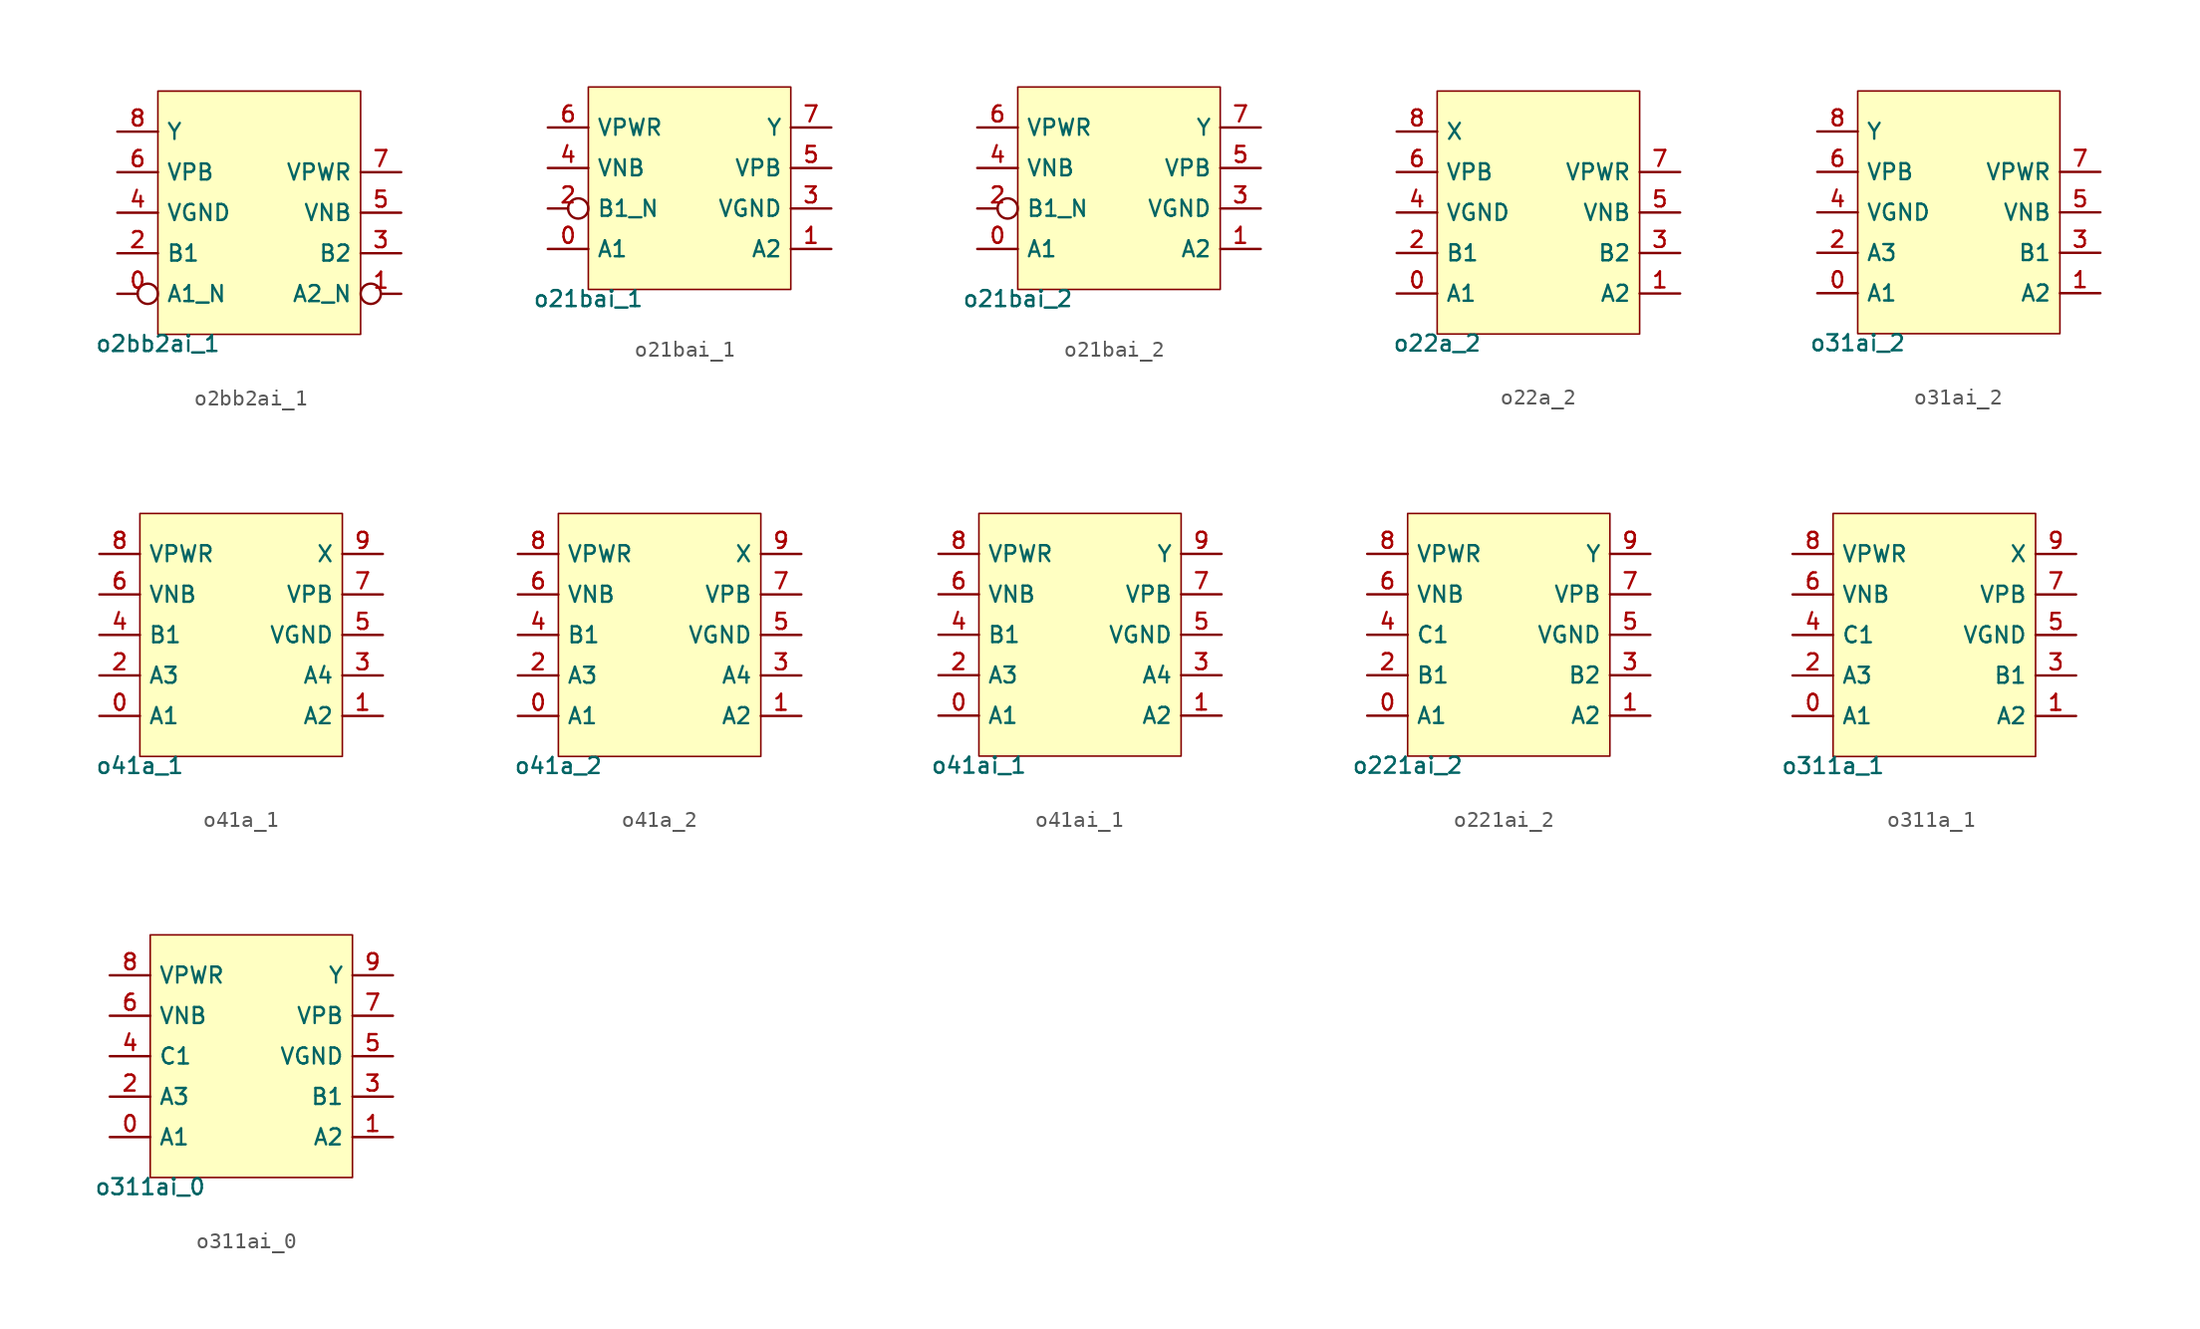
<source format=kicad_sym>
(kicad_symbol_lib
  (version 20211014)
  (generator pdk2kicad)
  (symbol "o2bb2ai_1"
    (property "Reference" "X"
      (at 0 0 0)
      (effects (font (size 1 1)) hide))
    (property "Value" "o2bb2ai_1"
      (at -6.35 -7.62 0)
      (effects (font (size 1 1)) (justify top)))
    (rectangle
      (start -6.35 -7.62)
      (end 6.35 7.62)
      (stroke (width 0.1) (type solid) (color 0 0 0 0))
      (fill (type background)))
    (pin bidirectional inverted
      (at -8.89 -5.08 0)
      (length 2.54)
      (name "A1_N" (effects (font (size 1 1)) hide))
      (number "0" (effects (font (size 1 1)) hide)))
    (pin bidirectional inverted
      (at 8.89 -5.08 180)
      (length 2.54)
      (name "A2_N" (effects (font (size 1 1)) hide))
      (number "1" (effects (font (size 1 1)) hide)))
    (pin bidirectional line
      (at -8.89 -2.54 0)
      (length 2.54)
      (name "B1" (effects (font (size 1 1)) hide))
      (number "2" (effects (font (size 1 1)) hide)))
    (pin bidirectional line
      (at 8.89 -2.54 180)
      (length 2.54)
      (name "B2" (effects (font (size 1 1)) hide))
      (number "3" (effects (font (size 1 1)) hide)))
    (pin bidirectional line
      (at -8.89 8.881784197001252e-16 0)
      (length 2.54)
      (name "VGND" (effects (font (size 1 1)) hide))
      (number "4" (effects (font (size 1 1)) hide)))
    (pin bidirectional line
      (at 8.89 8.881784197001252e-16 180)
      (length 2.54)
      (name "VNB" (effects (font (size 1 1)) hide))
      (number "5" (effects (font (size 1 1)) hide)))
    (pin bidirectional line
      (at -8.89 2.54 0)
      (length 2.54)
      (name "VPB" (effects (font (size 1 1)) hide))
      (number "6" (effects (font (size 1 1)) hide)))
    (pin bidirectional line
      (at 8.89 2.54 180)
      (length 2.54)
      (name "VPWR" (effects (font (size 1 1)) hide))
      (number "7" (effects (font (size 1 1)) hide)))
    (pin bidirectional line
      (at -8.89 5.08 0)
      (length 2.54)
      (name "Y" (effects (font (size 1 1)) hide))
      (number "8" (effects (font (size 1 1)) hide))))
  (symbol "o21bai_1"
    (property "Reference" "X"
      (at 0 0 0)
      (effects (font (size 1 1)) hide))
    (property "Value" "o21bai_1"
      (at -6.35 -6.35 0)
      (effects (font (size 1 1)) (justify top)))
    (rectangle
      (start -6.35 -6.35)
      (end 6.35 6.35)
      (stroke (width 0.1) (type solid) (color 0 0 0 0))
      (fill (type background)))
    (pin bidirectional line
      (at -8.89 -3.81 0)
      (length 2.54)
      (name "A1" (effects (font (size 1 1)) hide))
      (number "0" (effects (font (size 1 1)) hide)))
    (pin bidirectional line
      (at 8.89 -3.81 180)
      (length 2.54)
      (name "A2" (effects (font (size 1 1)) hide))
      (number "1" (effects (font (size 1 1)) hide)))
    (pin bidirectional inverted
      (at -8.89 -1.27 0)
      (length 2.54)
      (name "B1_N" (effects (font (size 1 1)) hide))
      (number "2" (effects (font (size 1 1)) hide)))
    (pin bidirectional line
      (at 8.89 -1.27 180)
      (length 2.54)
      (name "VGND" (effects (font (size 1 1)) hide))
      (number "3" (effects (font (size 1 1)) hide)))
    (pin bidirectional line
      (at -8.89 1.27 0)
      (length 2.54)
      (name "VNB" (effects (font (size 1 1)) hide))
      (number "4" (effects (font (size 1 1)) hide)))
    (pin bidirectional line
      (at 8.89 1.27 180)
      (length 2.54)
      (name "VPB" (effects (font (size 1 1)) hide))
      (number "5" (effects (font (size 1 1)) hide)))
    (pin bidirectional line
      (at -8.89 3.81 0)
      (length 2.54)
      (name "VPWR" (effects (font (size 1 1)) hide))
      (number "6" (effects (font (size 1 1)) hide)))
    (pin bidirectional line
      (at 8.89 3.81 180)
      (length 2.54)
      (name "Y" (effects (font (size 1 1)) hide))
      (number "7" (effects (font (size 1 1)) hide))))
  (symbol "o21bai_2"
    (property "Reference" "X"
      (at 0 0 0)
      (effects (font (size 1 1)) hide))
    (property "Value" "o21bai_2"
      (at -6.35 -6.35 0)
      (effects (font (size 1 1)) (justify top)))
    (rectangle
      (start -6.35 -6.35)
      (end 6.35 6.35)
      (stroke (width 0.1) (type solid) (color 0 0 0 0))
      (fill (type background)))
    (pin bidirectional line
      (at -8.89 -3.81 0)
      (length 2.54)
      (name "A1" (effects (font (size 1 1)) hide))
      (number "0" (effects (font (size 1 1)) hide)))
    (pin bidirectional line
      (at 8.89 -3.81 180)
      (length 2.54)
      (name "A2" (effects (font (size 1 1)) hide))
      (number "1" (effects (font (size 1 1)) hide)))
    (pin bidirectional inverted
      (at -8.89 -1.27 0)
      (length 2.54)
      (name "B1_N" (effects (font (size 1 1)) hide))
      (number "2" (effects (font (size 1 1)) hide)))
    (pin bidirectional line
      (at 8.89 -1.27 180)
      (length 2.54)
      (name "VGND" (effects (font (size 1 1)) hide))
      (number "3" (effects (font (size 1 1)) hide)))
    (pin bidirectional line
      (at -8.89 1.27 0)
      (length 2.54)
      (name "VNB" (effects (font (size 1 1)) hide))
      (number "4" (effects (font (size 1 1)) hide)))
    (pin bidirectional line
      (at 8.89 1.27 180)
      (length 2.54)
      (name "VPB" (effects (font (size 1 1)) hide))
      (number "5" (effects (font (size 1 1)) hide)))
    (pin bidirectional line
      (at -8.89 3.81 0)
      (length 2.54)
      (name "VPWR" (effects (font (size 1 1)) hide))
      (number "6" (effects (font (size 1 1)) hide)))
    (pin bidirectional line
      (at 8.89 3.81 180)
      (length 2.54)
      (name "Y" (effects (font (size 1 1)) hide))
      (number "7" (effects (font (size 1 1)) hide))))
  (symbol "o22a_2"
    (property "Reference" "X"
      (at 0 0 0)
      (effects (font (size 1 1)) hide))
    (property "Value" "o22a_2"
      (at -6.35 -7.62 0)
      (effects (font (size 1 1)) (justify top)))
    (rectangle
      (start -6.35 -7.62)
      (end 6.35 7.62)
      (stroke (width 0.1) (type solid) (color 0 0 0 0))
      (fill (type background)))
    (pin bidirectional line
      (at -8.89 -5.08 0)
      (length 2.54)
      (name "A1" (effects (font (size 1 1)) hide))
      (number "0" (effects (font (size 1 1)) hide)))
    (pin bidirectional line
      (at 8.89 -5.08 180)
      (length 2.54)
      (name "A2" (effects (font (size 1 1)) hide))
      (number "1" (effects (font (size 1 1)) hide)))
    (pin bidirectional line
      (at -8.89 -2.54 0)
      (length 2.54)
      (name "B1" (effects (font (size 1 1)) hide))
      (number "2" (effects (font (size 1 1)) hide)))
    (pin bidirectional line
      (at 8.89 -2.54 180)
      (length 2.54)
      (name "B2" (effects (font (size 1 1)) hide))
      (number "3" (effects (font (size 1 1)) hide)))
    (pin bidirectional line
      (at -8.89 8.881784197001252e-16 0)
      (length 2.54)
      (name "VGND" (effects (font (size 1 1)) hide))
      (number "4" (effects (font (size 1 1)) hide)))
    (pin bidirectional line
      (at 8.89 8.881784197001252e-16 180)
      (length 2.54)
      (name "VNB" (effects (font (size 1 1)) hide))
      (number "5" (effects (font (size 1 1)) hide)))
    (pin bidirectional line
      (at -8.89 2.54 0)
      (length 2.54)
      (name "VPB" (effects (font (size 1 1)) hide))
      (number "6" (effects (font (size 1 1)) hide)))
    (pin bidirectional line
      (at 8.89 2.54 180)
      (length 2.54)
      (name "VPWR" (effects (font (size 1 1)) hide))
      (number "7" (effects (font (size 1 1)) hide)))
    (pin bidirectional line
      (at -8.89 5.08 0)
      (length 2.54)
      (name "X" (effects (font (size 1 1)) hide))
      (number "8" (effects (font (size 1 1)) hide))))
  (symbol "o31ai_2"
    (property "Reference" "X"
      (at 0 0 0)
      (effects (font (size 1 1)) hide))
    (property "Value" "o31ai_2"
      (at -6.35 -7.62 0)
      (effects (font (size 1 1)) (justify top)))
    (rectangle
      (start -6.35 -7.62)
      (end 6.35 7.62)
      (stroke (width 0.1) (type solid) (color 0 0 0 0))
      (fill (type background)))
    (pin bidirectional line
      (at -8.89 -5.08 0)
      (length 2.54)
      (name "A1" (effects (font (size 1 1)) hide))
      (number "0" (effects (font (size 1 1)) hide)))
    (pin bidirectional line
      (at 8.89 -5.08 180)
      (length 2.54)
      (name "A2" (effects (font (size 1 1)) hide))
      (number "1" (effects (font (size 1 1)) hide)))
    (pin bidirectional line
      (at -8.89 -2.54 0)
      (length 2.54)
      (name "A3" (effects (font (size 1 1)) hide))
      (number "2" (effects (font (size 1 1)) hide)))
    (pin bidirectional line
      (at 8.89 -2.54 180)
      (length 2.54)
      (name "B1" (effects (font (size 1 1)) hide))
      (number "3" (effects (font (size 1 1)) hide)))
    (pin bidirectional line
      (at -8.89 8.881784197001252e-16 0)
      (length 2.54)
      (name "VGND" (effects (font (size 1 1)) hide))
      (number "4" (effects (font (size 1 1)) hide)))
    (pin bidirectional line
      (at 8.89 8.881784197001252e-16 180)
      (length 2.54)
      (name "VNB" (effects (font (size 1 1)) hide))
      (number "5" (effects (font (size 1 1)) hide)))
    (pin bidirectional line
      (at -8.89 2.54 0)
      (length 2.54)
      (name "VPB" (effects (font (size 1 1)) hide))
      (number "6" (effects (font (size 1 1)) hide)))
    (pin bidirectional line
      (at 8.89 2.54 180)
      (length 2.54)
      (name "VPWR" (effects (font (size 1 1)) hide))
      (number "7" (effects (font (size 1 1)) hide)))
    (pin bidirectional line
      (at -8.89 5.08 0)
      (length 2.54)
      (name "Y" (effects (font (size 1 1)) hide))
      (number "8" (effects (font (size 1 1)) hide))))
  (symbol "o41a_1"
    (property "Reference" "X"
      (at 0 0 0)
      (effects (font (size 1 1)) hide))
    (property "Value" "o41a_1"
      (at -6.35 -7.62 0)
      (effects (font (size 1 1)) (justify top)))
    (rectangle
      (start -6.35 -7.62)
      (end 6.35 7.62)
      (stroke (width 0.1) (type solid) (color 0 0 0 0))
      (fill (type background)))
    (pin bidirectional line
      (at -8.89 -5.08 0)
      (length 2.54)
      (name "A1" (effects (font (size 1 1)) hide))
      (number "0" (effects (font (size 1 1)) hide)))
    (pin bidirectional line
      (at 8.89 -5.08 180)
      (length 2.54)
      (name "A2" (effects (font (size 1 1)) hide))
      (number "1" (effects (font (size 1 1)) hide)))
    (pin bidirectional line
      (at -8.89 -2.54 0)
      (length 2.54)
      (name "A3" (effects (font (size 1 1)) hide))
      (number "2" (effects (font (size 1 1)) hide)))
    (pin bidirectional line
      (at 8.89 -2.54 180)
      (length 2.54)
      (name "A4" (effects (font (size 1 1)) hide))
      (number "3" (effects (font (size 1 1)) hide)))
    (pin bidirectional line
      (at -8.89 8.881784197001252e-16 0)
      (length 2.54)
      (name "B1" (effects (font (size 1 1)) hide))
      (number "4" (effects (font (size 1 1)) hide)))
    (pin bidirectional line
      (at 8.89 8.881784197001252e-16 180)
      (length 2.54)
      (name "VGND" (effects (font (size 1 1)) hide))
      (number "5" (effects (font (size 1 1)) hide)))
    (pin bidirectional line
      (at -8.89 2.54 0)
      (length 2.54)
      (name "VNB" (effects (font (size 1 1)) hide))
      (number "6" (effects (font (size 1 1)) hide)))
    (pin bidirectional line
      (at 8.89 2.54 180)
      (length 2.54)
      (name "VPB" (effects (font (size 1 1)) hide))
      (number "7" (effects (font (size 1 1)) hide)))
    (pin bidirectional line
      (at -8.89 5.08 0)
      (length 2.54)
      (name "VPWR" (effects (font (size 1 1)) hide))
      (number "8" (effects (font (size 1 1)) hide)))
    (pin bidirectional line
      (at 8.89 5.08 180)
      (length 2.54)
      (name "X" (effects (font (size 1 1)) hide))
      (number "9" (effects (font (size 1 1)) hide))))
  (symbol "o41a_2"
    (property "Reference" "X"
      (at 0 0 0)
      (effects (font (size 1 1)) hide))
    (property "Value" "o41a_2"
      (at -6.35 -7.62 0)
      (effects (font (size 1 1)) (justify top)))
    (rectangle
      (start -6.35 -7.62)
      (end 6.35 7.62)
      (stroke (width 0.1) (type solid) (color 0 0 0 0))
      (fill (type background)))
    (pin bidirectional line
      (at -8.89 -5.08 0)
      (length 2.54)
      (name "A1" (effects (font (size 1 1)) hide))
      (number "0" (effects (font (size 1 1)) hide)))
    (pin bidirectional line
      (at 8.89 -5.08 180)
      (length 2.54)
      (name "A2" (effects (font (size 1 1)) hide))
      (number "1" (effects (font (size 1 1)) hide)))
    (pin bidirectional line
      (at -8.89 -2.54 0)
      (length 2.54)
      (name "A3" (effects (font (size 1 1)) hide))
      (number "2" (effects (font (size 1 1)) hide)))
    (pin bidirectional line
      (at 8.89 -2.54 180)
      (length 2.54)
      (name "A4" (effects (font (size 1 1)) hide))
      (number "3" (effects (font (size 1 1)) hide)))
    (pin bidirectional line
      (at -8.89 8.881784197001252e-16 0)
      (length 2.54)
      (name "B1" (effects (font (size 1 1)) hide))
      (number "4" (effects (font (size 1 1)) hide)))
    (pin bidirectional line
      (at 8.89 8.881784197001252e-16 180)
      (length 2.54)
      (name "VGND" (effects (font (size 1 1)) hide))
      (number "5" (effects (font (size 1 1)) hide)))
    (pin bidirectional line
      (at -8.89 2.54 0)
      (length 2.54)
      (name "VNB" (effects (font (size 1 1)) hide))
      (number "6" (effects (font (size 1 1)) hide)))
    (pin bidirectional line
      (at 8.89 2.54 180)
      (length 2.54)
      (name "VPB" (effects (font (size 1 1)) hide))
      (number "7" (effects (font (size 1 1)) hide)))
    (pin bidirectional line
      (at -8.89 5.08 0)
      (length 2.54)
      (name "VPWR" (effects (font (size 1 1)) hide))
      (number "8" (effects (font (size 1 1)) hide)))
    (pin bidirectional line
      (at 8.89 5.08 180)
      (length 2.54)
      (name "X" (effects (font (size 1 1)) hide))
      (number "9" (effects (font (size 1 1)) hide))))
  (symbol "o41ai_1"
    (property "Reference" "X"
      (at 0 0 0)
      (effects (font (size 1 1)) hide))
    (property "Value" "o41ai_1"
      (at -6.35 -7.62 0)
      (effects (font (size 1 1)) (justify top)))
    (rectangle
      (start -6.35 -7.62)
      (end 6.35 7.62)
      (stroke (width 0.1) (type solid) (color 0 0 0 0))
      (fill (type background)))
    (pin bidirectional line
      (at -8.89 -5.08 0)
      (length 2.54)
      (name "A1" (effects (font (size 1 1)) hide))
      (number "0" (effects (font (size 1 1)) hide)))
    (pin bidirectional line
      (at 8.89 -5.08 180)
      (length 2.54)
      (name "A2" (effects (font (size 1 1)) hide))
      (number "1" (effects (font (size 1 1)) hide)))
    (pin bidirectional line
      (at -8.89 -2.54 0)
      (length 2.54)
      (name "A3" (effects (font (size 1 1)) hide))
      (number "2" (effects (font (size 1 1)) hide)))
    (pin bidirectional line
      (at 8.89 -2.54 180)
      (length 2.54)
      (name "A4" (effects (font (size 1 1)) hide))
      (number "3" (effects (font (size 1 1)) hide)))
    (pin bidirectional line
      (at -8.89 8.881784197001252e-16 0)
      (length 2.54)
      (name "B1" (effects (font (size 1 1)) hide))
      (number "4" (effects (font (size 1 1)) hide)))
    (pin bidirectional line
      (at 8.89 8.881784197001252e-16 180)
      (length 2.54)
      (name "VGND" (effects (font (size 1 1)) hide))
      (number "5" (effects (font (size 1 1)) hide)))
    (pin bidirectional line
      (at -8.89 2.54 0)
      (length 2.54)
      (name "VNB" (effects (font (size 1 1)) hide))
      (number "6" (effects (font (size 1 1)) hide)))
    (pin bidirectional line
      (at 8.89 2.54 180)
      (length 2.54)
      (name "VPB" (effects (font (size 1 1)) hide))
      (number "7" (effects (font (size 1 1)) hide)))
    (pin bidirectional line
      (at -8.89 5.08 0)
      (length 2.54)
      (name "VPWR" (effects (font (size 1 1)) hide))
      (number "8" (effects (font (size 1 1)) hide)))
    (pin bidirectional line
      (at 8.89 5.08 180)
      (length 2.54)
      (name "Y" (effects (font (size 1 1)) hide))
      (number "9" (effects (font (size 1 1)) hide))))
  (symbol "o221ai_2"
    (property "Reference" "X"
      (at 0 0 0)
      (effects (font (size 1 1)) hide))
    (property "Value" "o221ai_2"
      (at -6.35 -7.62 0)
      (effects (font (size 1 1)) (justify top)))
    (rectangle
      (start -6.35 -7.62)
      (end 6.35 7.62)
      (stroke (width 0.1) (type solid) (color 0 0 0 0))
      (fill (type background)))
    (pin bidirectional line
      (at -8.89 -5.08 0)
      (length 2.54)
      (name "A1" (effects (font (size 1 1)) hide))
      (number "0" (effects (font (size 1 1)) hide)))
    (pin bidirectional line
      (at 8.89 -5.08 180)
      (length 2.54)
      (name "A2" (effects (font (size 1 1)) hide))
      (number "1" (effects (font (size 1 1)) hide)))
    (pin bidirectional line
      (at -8.89 -2.54 0)
      (length 2.54)
      (name "B1" (effects (font (size 1 1)) hide))
      (number "2" (effects (font (size 1 1)) hide)))
    (pin bidirectional line
      (at 8.89 -2.54 180)
      (length 2.54)
      (name "B2" (effects (font (size 1 1)) hide))
      (number "3" (effects (font (size 1 1)) hide)))
    (pin bidirectional line
      (at -8.89 8.881784197001252e-16 0)
      (length 2.54)
      (name "C1" (effects (font (size 1 1)) hide))
      (number "4" (effects (font (size 1 1)) hide)))
    (pin bidirectional line
      (at 8.89 8.881784197001252e-16 180)
      (length 2.54)
      (name "VGND" (effects (font (size 1 1)) hide))
      (number "5" (effects (font (size 1 1)) hide)))
    (pin bidirectional line
      (at -8.89 2.54 0)
      (length 2.54)
      (name "VNB" (effects (font (size 1 1)) hide))
      (number "6" (effects (font (size 1 1)) hide)))
    (pin bidirectional line
      (at 8.89 2.54 180)
      (length 2.54)
      (name "VPB" (effects (font (size 1 1)) hide))
      (number "7" (effects (font (size 1 1)) hide)))
    (pin bidirectional line
      (at -8.89 5.08 0)
      (length 2.54)
      (name "VPWR" (effects (font (size 1 1)) hide))
      (number "8" (effects (font (size 1 1)) hide)))
    (pin bidirectional line
      (at 8.89 5.08 180)
      (length 2.54)
      (name "Y" (effects (font (size 1 1)) hide))
      (number "9" (effects (font (size 1 1)) hide))))
  (symbol "o311a_1"
    (property "Reference" "X"
      (at 0 0 0)
      (effects (font (size 1 1)) hide))
    (property "Value" "o311a_1"
      (at -6.35 -7.62 0)
      (effects (font (size 1 1)) (justify top)))
    (rectangle
      (start -6.35 -7.62)
      (end 6.35 7.62)
      (stroke (width 0.1) (type solid) (color 0 0 0 0))
      (fill (type background)))
    (pin bidirectional line
      (at -8.89 -5.08 0)
      (length 2.54)
      (name "A1" (effects (font (size 1 1)) hide))
      (number "0" (effects (font (size 1 1)) hide)))
    (pin bidirectional line
      (at 8.89 -5.08 180)
      (length 2.54)
      (name "A2" (effects (font (size 1 1)) hide))
      (number "1" (effects (font (size 1 1)) hide)))
    (pin bidirectional line
      (at -8.89 -2.54 0)
      (length 2.54)
      (name "A3" (effects (font (size 1 1)) hide))
      (number "2" (effects (font (size 1 1)) hide)))
    (pin bidirectional line
      (at 8.89 -2.54 180)
      (length 2.54)
      (name "B1" (effects (font (size 1 1)) hide))
      (number "3" (effects (font (size 1 1)) hide)))
    (pin bidirectional line
      (at -8.89 8.881784197001252e-16 0)
      (length 2.54)
      (name "C1" (effects (font (size 1 1)) hide))
      (number "4" (effects (font (size 1 1)) hide)))
    (pin bidirectional line
      (at 8.89 8.881784197001252e-16 180)
      (length 2.54)
      (name "VGND" (effects (font (size 1 1)) hide))
      (number "5" (effects (font (size 1 1)) hide)))
    (pin bidirectional line
      (at -8.89 2.54 0)
      (length 2.54)
      (name "VNB" (effects (font (size 1 1)) hide))
      (number "6" (effects (font (size 1 1)) hide)))
    (pin bidirectional line
      (at 8.89 2.54 180)
      (length 2.54)
      (name "VPB" (effects (font (size 1 1)) hide))
      (number "7" (effects (font (size 1 1)) hide)))
    (pin bidirectional line
      (at -8.89 5.08 0)
      (length 2.54)
      (name "VPWR" (effects (font (size 1 1)) hide))
      (number "8" (effects (font (size 1 1)) hide)))
    (pin bidirectional line
      (at 8.89 5.08 180)
      (length 2.54)
      (name "X" (effects (font (size 1 1)) hide))
      (number "9" (effects (font (size 1 1)) hide))))
  (symbol "o311ai_0"
    (property "Reference" "X"
      (at 0 0 0)
      (effects (font (size 1 1)) hide))
    (property "Value" "o311ai_0"
      (at -6.35 -7.62 0)
      (effects (font (size 1 1)) (justify top)))
    (rectangle
      (start -6.35 -7.62)
      (end 6.35 7.62)
      (stroke (width 0.1) (type solid) (color 0 0 0 0))
      (fill (type background)))
    (pin bidirectional line
      (at -8.89 -5.08 0)
      (length 2.54)
      (name "A1" (effects (font (size 1 1)) hide))
      (number "0" (effects (font (size 1 1)) hide)))
    (pin bidirectional line
      (at 8.89 -5.08 180)
      (length 2.54)
      (name "A2" (effects (font (size 1 1)) hide))
      (number "1" (effects (font (size 1 1)) hide)))
    (pin bidirectional line
      (at -8.89 -2.54 0)
      (length 2.54)
      (name "A3" (effects (font (size 1 1)) hide))
      (number "2" (effects (font (size 1 1)) hide)))
    (pin bidirectional line
      (at 8.89 -2.54 180)
      (length 2.54)
      (name "B1" (effects (font (size 1 1)) hide))
      (number "3" (effects (font (size 1 1)) hide)))
    (pin bidirectional line
      (at -8.89 8.881784197001252e-16 0)
      (length 2.54)
      (name "C1" (effects (font (size 1 1)) hide))
      (number "4" (effects (font (size 1 1)) hide)))
    (pin bidirectional line
      (at 8.89 8.881784197001252e-16 180)
      (length 2.54)
      (name "VGND" (effects (font (size 1 1)) hide))
      (number "5" (effects (font (size 1 1)) hide)))
    (pin bidirectional line
      (at -8.89 2.54 0)
      (length 2.54)
      (name "VNB" (effects (font (size 1 1)) hide))
      (number "6" (effects (font (size 1 1)) hide)))
    (pin bidirectional line
      (at 8.89 2.54 180)
      (length 2.54)
      (name "VPB" (effects (font (size 1 1)) hide))
      (number "7" (effects (font (size 1 1)) hide)))
    (pin bidirectional line
      (at -8.89 5.08 0)
      (length 2.54)
      (name "VPWR" (effects (font (size 1 1)) hide))
      (number "8" (effects (font (size 1 1)) hide)))
    (pin bidirectional line
      (at 8.89 5.08 180)
      (length 2.54)
      (name "Y" (effects (font (size 1 1)) hide))
      (number "9" (effects (font (size 1 1)) hide)))))
</source>
